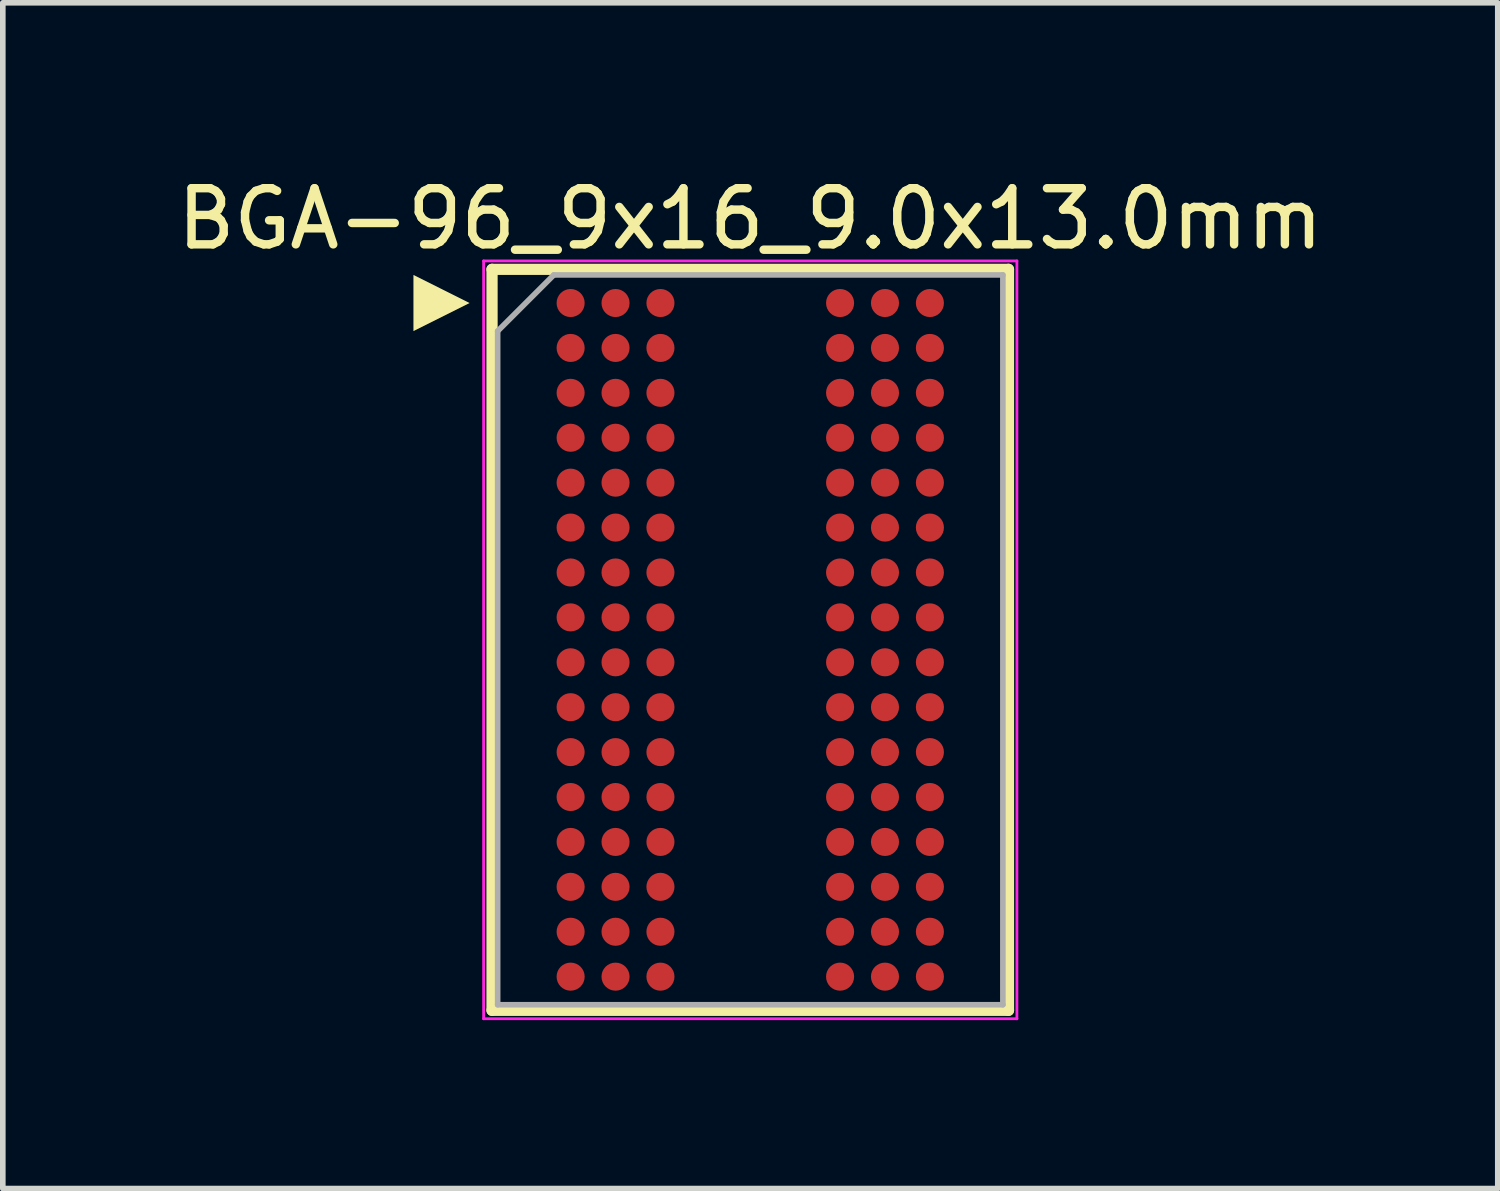
<source format=kicad_pcb>
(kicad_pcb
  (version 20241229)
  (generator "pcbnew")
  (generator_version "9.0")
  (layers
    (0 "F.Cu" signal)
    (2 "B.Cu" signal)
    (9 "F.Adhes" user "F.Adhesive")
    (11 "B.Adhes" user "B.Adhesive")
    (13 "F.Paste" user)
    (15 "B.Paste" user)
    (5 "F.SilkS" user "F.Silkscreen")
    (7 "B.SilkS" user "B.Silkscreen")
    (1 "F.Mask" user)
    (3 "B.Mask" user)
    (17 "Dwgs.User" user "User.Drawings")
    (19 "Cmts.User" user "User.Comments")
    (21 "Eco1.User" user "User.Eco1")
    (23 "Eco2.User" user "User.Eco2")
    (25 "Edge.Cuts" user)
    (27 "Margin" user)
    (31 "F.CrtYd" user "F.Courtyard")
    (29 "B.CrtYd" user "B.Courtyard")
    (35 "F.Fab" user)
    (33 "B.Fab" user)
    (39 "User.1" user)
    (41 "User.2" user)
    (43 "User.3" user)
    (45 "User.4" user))
  (footprint "BGA-96_9x16_9.0x13.0mm"
    (layer "F.Cu")
    (at 10.315 8.348)
    (property "Reference" "BGA-96_9x16_9.0x13.0mm" (at 0 -7.5 0) (layer "F.SilkS") (effects (font (size 1 1) (thickness 0.15))))
    (attr smd)
    (fp_line (start -4.6 6.6) (end -4.6 -6.6) (stroke (width 0.2) (type solid)) (layer "F.SilkS"))
    (fp_line (start -4.6 6.6) (end 4.6 6.6) (stroke (width 0.2) (type solid)) (layer "F.SilkS"))
    (fp_line (start 4.6 -6.6) (end -4.6 -6.6) (stroke (width 0.2) (type solid)) (layer "F.SilkS"))
    (fp_line (start 4.6 -6.6) (end 4.6 6.6) (stroke (width 0.2) (type solid)) (layer "F.SilkS"))
    (fp_poly (pts (xy -5 -6) (xy -6 -5.5) (xy -6 -6.5)) (stroke (width 0) (type solid)) (fill yes) (layer "F.SilkS"))
    (fp_line (start -4.75 -6.75) (end 4.75 -6.75) (stroke (width 0.05) (type solid)) (layer "F.CrtYd"))
    (fp_line (start -4.75 6.75) (end -4.75 -6.75) (stroke (width 0.05) (type solid)) (layer "F.CrtYd"))
    (fp_line (start 4.75 -6.75) (end 4.75 6.75) (stroke (width 0.05) (type solid)) (layer "F.CrtYd"))
    (fp_line (start 4.75 6.75) (end -4.75 6.75) (stroke (width 0.05) (type solid)) (layer "F.CrtYd"))
    (fp_line (start -4.5 -5.5) (end -4.5 6.5) (stroke (width 0.1) (type solid)) (layer "F.Fab"))
    (fp_line (start -4.5 6.5) (end 4.5 6.5) (stroke (width 0.1) (type solid)) (layer "F.Fab"))
    (fp_line (start -3.5 -6.5) (end -4.5 -5.5) (stroke (width 0.1) (type solid)) (layer "F.Fab"))
    (fp_line (start 4.5 -6.5) (end -3.5 -6.5) (stroke (width 0.1) (type solid)) (layer "F.Fab"))
    (fp_line (start 4.5 6.5) (end 4.5 -6.5) (stroke (width 0.1) (type solid)) (layer "F.Fab"))
    (pad "A1" smd circle (at -3.2 -6) (size 0.5 0.5) (layers "F.Cu" "F.Mask" "F.Paste"))
    (pad "A2" smd circle (at -2.4 -6) (size 0.5 0.5) (layers "F.Cu" "F.Mask" "F.Paste"))
    (pad "A3" smd circle (at -1.6 -6) (size 0.5 0.5) (layers "F.Cu" "F.Mask" "F.Paste"))
    (pad "A7" smd circle (at 1.6 -6) (size 0.5 0.5) (layers "F.Cu" "F.Mask" "F.Paste"))
    (pad "A8" smd circle (at 2.4 -6) (size 0.5 0.5) (layers "F.Cu" "F.Mask" "F.Paste"))
    (pad "A9" smd circle (at 3.2 -6) (size 0.5 0.5) (layers "F.Cu" "F.Mask" "F.Paste"))
    (pad "B1" smd circle (at -3.2 -5.2) (size 0.5 0.5) (layers "F.Cu" "F.Mask" "F.Paste"))
    (pad "B2" smd circle (at -2.4 -5.2) (size 0.5 0.5) (layers "F.Cu" "F.Mask" "F.Paste"))
    (pad "B3" smd circle (at -1.6 -5.2) (size 0.5 0.5) (layers "F.Cu" "F.Mask" "F.Paste"))
    (pad "B7" smd circle (at 1.6 -5.2) (size 0.5 0.5) (layers "F.Cu" "F.Mask" "F.Paste"))
    (pad "B8" smd circle (at 2.4 -5.2) (size 0.5 0.5) (layers "F.Cu" "F.Mask" "F.Paste"))
    (pad "B9" smd circle (at 3.2 -5.2) (size 0.5 0.5) (layers "F.Cu" "F.Mask" "F.Paste"))
    (pad "C1" smd circle (at -3.2 -4.4) (size 0.5 0.5) (layers "F.Cu" "F.Mask" "F.Paste"))
    (pad "C2" smd circle (at -2.4 -4.4) (size 0.5 0.5) (layers "F.Cu" "F.Mask" "F.Paste"))
    (pad "C3" smd circle (at -1.6 -4.4) (size 0.5 0.5) (layers "F.Cu" "F.Mask" "F.Paste"))
    (pad "C7" smd circle (at 1.6 -4.4) (size 0.5 0.5) (layers "F.Cu" "F.Mask" "F.Paste"))
    (pad "C8" smd circle (at 2.4 -4.4) (size 0.5 0.5) (layers "F.Cu" "F.Mask" "F.Paste"))
    (pad "C9" smd circle (at 3.2 -4.4) (size 0.5 0.5) (layers "F.Cu" "F.Mask" "F.Paste"))
    (pad "D1" smd circle (at -3.2 -3.6) (size 0.5 0.5) (layers "F.Cu" "F.Mask" "F.Paste"))
    (pad "D2" smd circle (at -2.4 -3.6) (size 0.5 0.5) (layers "F.Cu" "F.Mask" "F.Paste"))
    (pad "D3" smd circle (at -1.6 -3.6) (size 0.5 0.5) (layers "F.Cu" "F.Mask" "F.Paste"))
    (pad "D7" smd circle (at 1.6 -3.6) (size 0.5 0.5) (layers "F.Cu" "F.Mask" "F.Paste"))
    (pad "D8" smd circle (at 2.4 -3.6) (size 0.5 0.5) (layers "F.Cu" "F.Mask" "F.Paste"))
    (pad "D9" smd circle (at 3.2 -3.6) (size 0.5 0.5) (layers "F.Cu" "F.Mask" "F.Paste"))
    (pad "E1" smd circle (at -3.2 -2.8) (size 0.5 0.5) (layers "F.Cu" "F.Mask" "F.Paste"))
    (pad "E2" smd circle (at -2.4 -2.8) (size 0.5 0.5) (layers "F.Cu" "F.Mask" "F.Paste"))
    (pad "E3" smd circle (at -1.6 -2.8) (size 0.5 0.5) (layers "F.Cu" "F.Mask" "F.Paste"))
    (pad "E7" smd circle (at 1.6 -2.8) (size 0.5 0.5) (layers "F.Cu" "F.Mask" "F.Paste"))
    (pad "E8" smd circle (at 2.4 -2.8) (size 0.5 0.5) (layers "F.Cu" "F.Mask" "F.Paste"))
    (pad "E9" smd circle (at 3.2 -2.8) (size 0.5 0.5) (layers "F.Cu" "F.Mask" "F.Paste"))
    (pad "F1" smd circle (at -3.2 -2) (size 0.5 0.5) (layers "F.Cu" "F.Mask" "F.Paste"))
    (pad "F2" smd circle (at -2.4 -2) (size 0.5 0.5) (layers "F.Cu" "F.Mask" "F.Paste"))
    (pad "F3" smd circle (at -1.6 -2) (size 0.5 0.5) (layers "F.Cu" "F.Mask" "F.Paste"))
    (pad "F7" smd circle (at 1.6 -2) (size 0.5 0.5) (layers "F.Cu" "F.Mask" "F.Paste"))
    (pad "F8" smd circle (at 2.4 -2) (size 0.5 0.5) (layers "F.Cu" "F.Mask" "F.Paste"))
    (pad "F9" smd circle (at 3.2 -2) (size 0.5 0.5) (layers "F.Cu" "F.Mask" "F.Paste"))
    (pad "G1" smd circle (at -3.2 -1.2) (size 0.5 0.5) (layers "F.Cu" "F.Mask" "F.Paste"))
    (pad "G2" smd circle (at -2.4 -1.2) (size 0.5 0.5) (layers "F.Cu" "F.Mask" "F.Paste"))
    (pad "G3" smd circle (at -1.6 -1.2) (size 0.5 0.5) (layers "F.Cu" "F.Mask" "F.Paste"))
    (pad "G7" smd circle (at 1.6 -1.2) (size 0.5 0.5) (layers "F.Cu" "F.Mask" "F.Paste"))
    (pad "G8" smd circle (at 2.4 -1.2) (size 0.5 0.5) (layers "F.Cu" "F.Mask" "F.Paste"))
    (pad "G9" smd circle (at 3.2 -1.2) (size 0.5 0.5) (layers "F.Cu" "F.Mask" "F.Paste"))
    (pad "H1" smd circle (at -3.2 -0.4) (size 0.5 0.5) (layers "F.Cu" "F.Mask" "F.Paste"))
    (pad "H2" smd circle (at -2.4 -0.4) (size 0.5 0.5) (layers "F.Cu" "F.Mask" "F.Paste"))
    (pad "H3" smd circle (at -1.6 -0.4) (size 0.5 0.5) (layers "F.Cu" "F.Mask" "F.Paste"))
    (pad "H7" smd circle (at 1.6 -0.4) (size 0.5 0.5) (layers "F.Cu" "F.Mask" "F.Paste"))
    (pad "H8" smd circle (at 2.4 -0.4) (size 0.5 0.5) (layers "F.Cu" "F.Mask" "F.Paste"))
    (pad "H9" smd circle (at 3.2 -0.4) (size 0.5 0.5) (layers "F.Cu" "F.Mask" "F.Paste"))
    (pad "J1" smd circle (at -3.2 0.4) (size 0.5 0.5) (layers "F.Cu" "F.Mask" "F.Paste"))
    (pad "J2" smd circle (at -2.4 0.4) (size 0.5 0.5) (layers "F.Cu" "F.Mask" "F.Paste"))
    (pad "J3" smd circle (at -1.6 0.4) (size 0.5 0.5) (layers "F.Cu" "F.Mask" "F.Paste"))
    (pad "J7" smd circle (at 1.6 0.4) (size 0.5 0.5) (layers "F.Cu" "F.Mask" "F.Paste"))
    (pad "J8" smd circle (at 2.4 0.4) (size 0.5 0.5) (layers "F.Cu" "F.Mask" "F.Paste"))
    (pad "J9" smd circle (at 3.2 0.4) (size 0.5 0.5) (layers "F.Cu" "F.Mask" "F.Paste"))
    (pad "K1" smd circle (at -3.2 1.2) (size 0.5 0.5) (layers "F.Cu" "F.Mask" "F.Paste"))
    (pad "K2" smd circle (at -2.4 1.2) (size 0.5 0.5) (layers "F.Cu" "F.Mask" "F.Paste"))
    (pad "K3" smd circle (at -1.6 1.2) (size 0.5 0.5) (layers "F.Cu" "F.Mask" "F.Paste"))
    (pad "K7" smd circle (at 1.6 1.2) (size 0.5 0.5) (layers "F.Cu" "F.Mask" "F.Paste"))
    (pad "K8" smd circle (at 2.4 1.2) (size 0.5 0.5) (layers "F.Cu" "F.Mask" "F.Paste"))
    (pad "K9" smd circle (at 3.2 1.2) (size 0.5 0.5) (layers "F.Cu" "F.Mask" "F.Paste"))
    (pad "L1" smd circle (at -3.2 2) (size 0.5 0.5) (layers "F.Cu" "F.Mask" "F.Paste"))
    (pad "L2" smd circle (at -2.4 2) (size 0.5 0.5) (layers "F.Cu" "F.Mask" "F.Paste"))
    (pad "L3" smd circle (at -1.6 2) (size 0.5 0.5) (layers "F.Cu" "F.Mask" "F.Paste"))
    (pad "L7" smd circle (at 1.6 2) (size 0.5 0.5) (layers "F.Cu" "F.Mask" "F.Paste"))
    (pad "L8" smd circle (at 2.4 2) (size 0.5 0.5) (layers "F.Cu" "F.Mask" "F.Paste"))
    (pad "L9" smd circle (at 3.2 2) (size 0.5 0.5) (layers "F.Cu" "F.Mask" "F.Paste"))
    (pad "M1" smd circle (at -3.2 2.8) (size 0.5 0.5) (layers "F.Cu" "F.Mask" "F.Paste"))
    (pad "M2" smd circle (at -2.4 2.8) (size 0.5 0.5) (layers "F.Cu" "F.Mask" "F.Paste"))
    (pad "M3" smd circle (at -1.6 2.8) (size 0.5 0.5) (layers "F.Cu" "F.Mask" "F.Paste"))
    (pad "M7" smd circle (at 1.6 2.8) (size 0.5 0.5) (layers "F.Cu" "F.Mask" "F.Paste"))
    (pad "M8" smd circle (at 2.4 2.8) (size 0.5 0.5) (layers "F.Cu" "F.Mask" "F.Paste"))
    (pad "M9" smd circle (at 3.2 2.8) (size 0.5 0.5) (layers "F.Cu" "F.Mask" "F.Paste"))
    (pad "N1" smd circle (at -3.2 3.6) (size 0.5 0.5) (layers "F.Cu" "F.Mask" "F.Paste"))
    (pad "N2" smd circle (at -2.4 3.6) (size 0.5 0.5) (layers "F.Cu" "F.Mask" "F.Paste"))
    (pad "N3" smd circle (at -1.6 3.6) (size 0.5 0.5) (layers "F.Cu" "F.Mask" "F.Paste"))
    (pad "N7" smd circle (at 1.6 3.6) (size 0.5 0.5) (layers "F.Cu" "F.Mask" "F.Paste"))
    (pad "N8" smd circle (at 2.4 3.6) (size 0.5 0.5) (layers "F.Cu" "F.Mask" "F.Paste"))
    (pad "N9" smd circle (at 3.2 3.6) (size 0.5 0.5) (layers "F.Cu" "F.Mask" "F.Paste"))
    (pad "P1" smd circle (at -3.2 4.4) (size 0.5 0.5) (layers "F.Cu" "F.Mask" "F.Paste"))
    (pad "P2" smd circle (at -2.4 4.4) (size 0.5 0.5) (layers "F.Cu" "F.Mask" "F.Paste"))
    (pad "P3" smd circle (at -1.6 4.4) (size 0.5 0.5) (layers "F.Cu" "F.Mask" "F.Paste"))
    (pad "P7" smd circle (at 1.6 4.4) (size 0.5 0.5) (layers "F.Cu" "F.Mask" "F.Paste"))
    (pad "P8" smd circle (at 2.4 4.4) (size 0.5 0.5) (layers "F.Cu" "F.Mask" "F.Paste"))
    (pad "P9" smd circle (at 3.2 4.4) (size 0.5 0.5) (layers "F.Cu" "F.Mask" "F.Paste"))
    (pad "R1" smd circle (at -3.2 5.2) (size 0.5 0.5) (layers "F.Cu" "F.Mask" "F.Paste"))
    (pad "R2" smd circle (at -2.4 5.2) (size 0.5 0.5) (layers "F.Cu" "F.Mask" "F.Paste"))
    (pad "R3" smd circle (at -1.6 5.2) (size 0.5 0.5) (layers "F.Cu" "F.Mask" "F.Paste"))
    (pad "R7" smd circle (at 1.6 5.2) (size 0.5 0.5) (layers "F.Cu" "F.Mask" "F.Paste"))
    (pad "R8" smd circle (at 2.4 5.2) (size 0.5 0.5) (layers "F.Cu" "F.Mask" "F.Paste"))
    (pad "R9" smd circle (at 3.2 5.2) (size 0.5 0.5) (layers "F.Cu" "F.Mask" "F.Paste"))
    (pad "T1" smd circle (at -3.2 6) (size 0.5 0.5) (layers "F.Cu" "F.Mask" "F.Paste"))
    (pad "T2" smd circle (at -2.4 6) (size 0.5 0.5) (layers "F.Cu" "F.Mask" "F.Paste"))
    (pad "T3" smd circle (at -1.6 6) (size 0.5 0.5) (layers "F.Cu" "F.Mask" "F.Paste"))
    (pad "T7" smd circle (at 1.6 6) (size 0.5 0.5) (layers "F.Cu" "F.Mask" "F.Paste"))
    (pad "T8" smd circle (at 2.4 6) (size 0.5 0.5) (layers "F.Cu" "F.Mask" "F.Paste"))
    (pad "T9" smd circle (at 3.2 6) (size 0.5 0.5) (layers "F.Cu" "F.Mask" "F.Paste")))
  (gr_rect
    (start -3 -3)
    (end 23.631 18.123)
    (stroke (width 0.1) (type default))
    (fill no)
    (layer "Edge.Cuts")))
</source>
